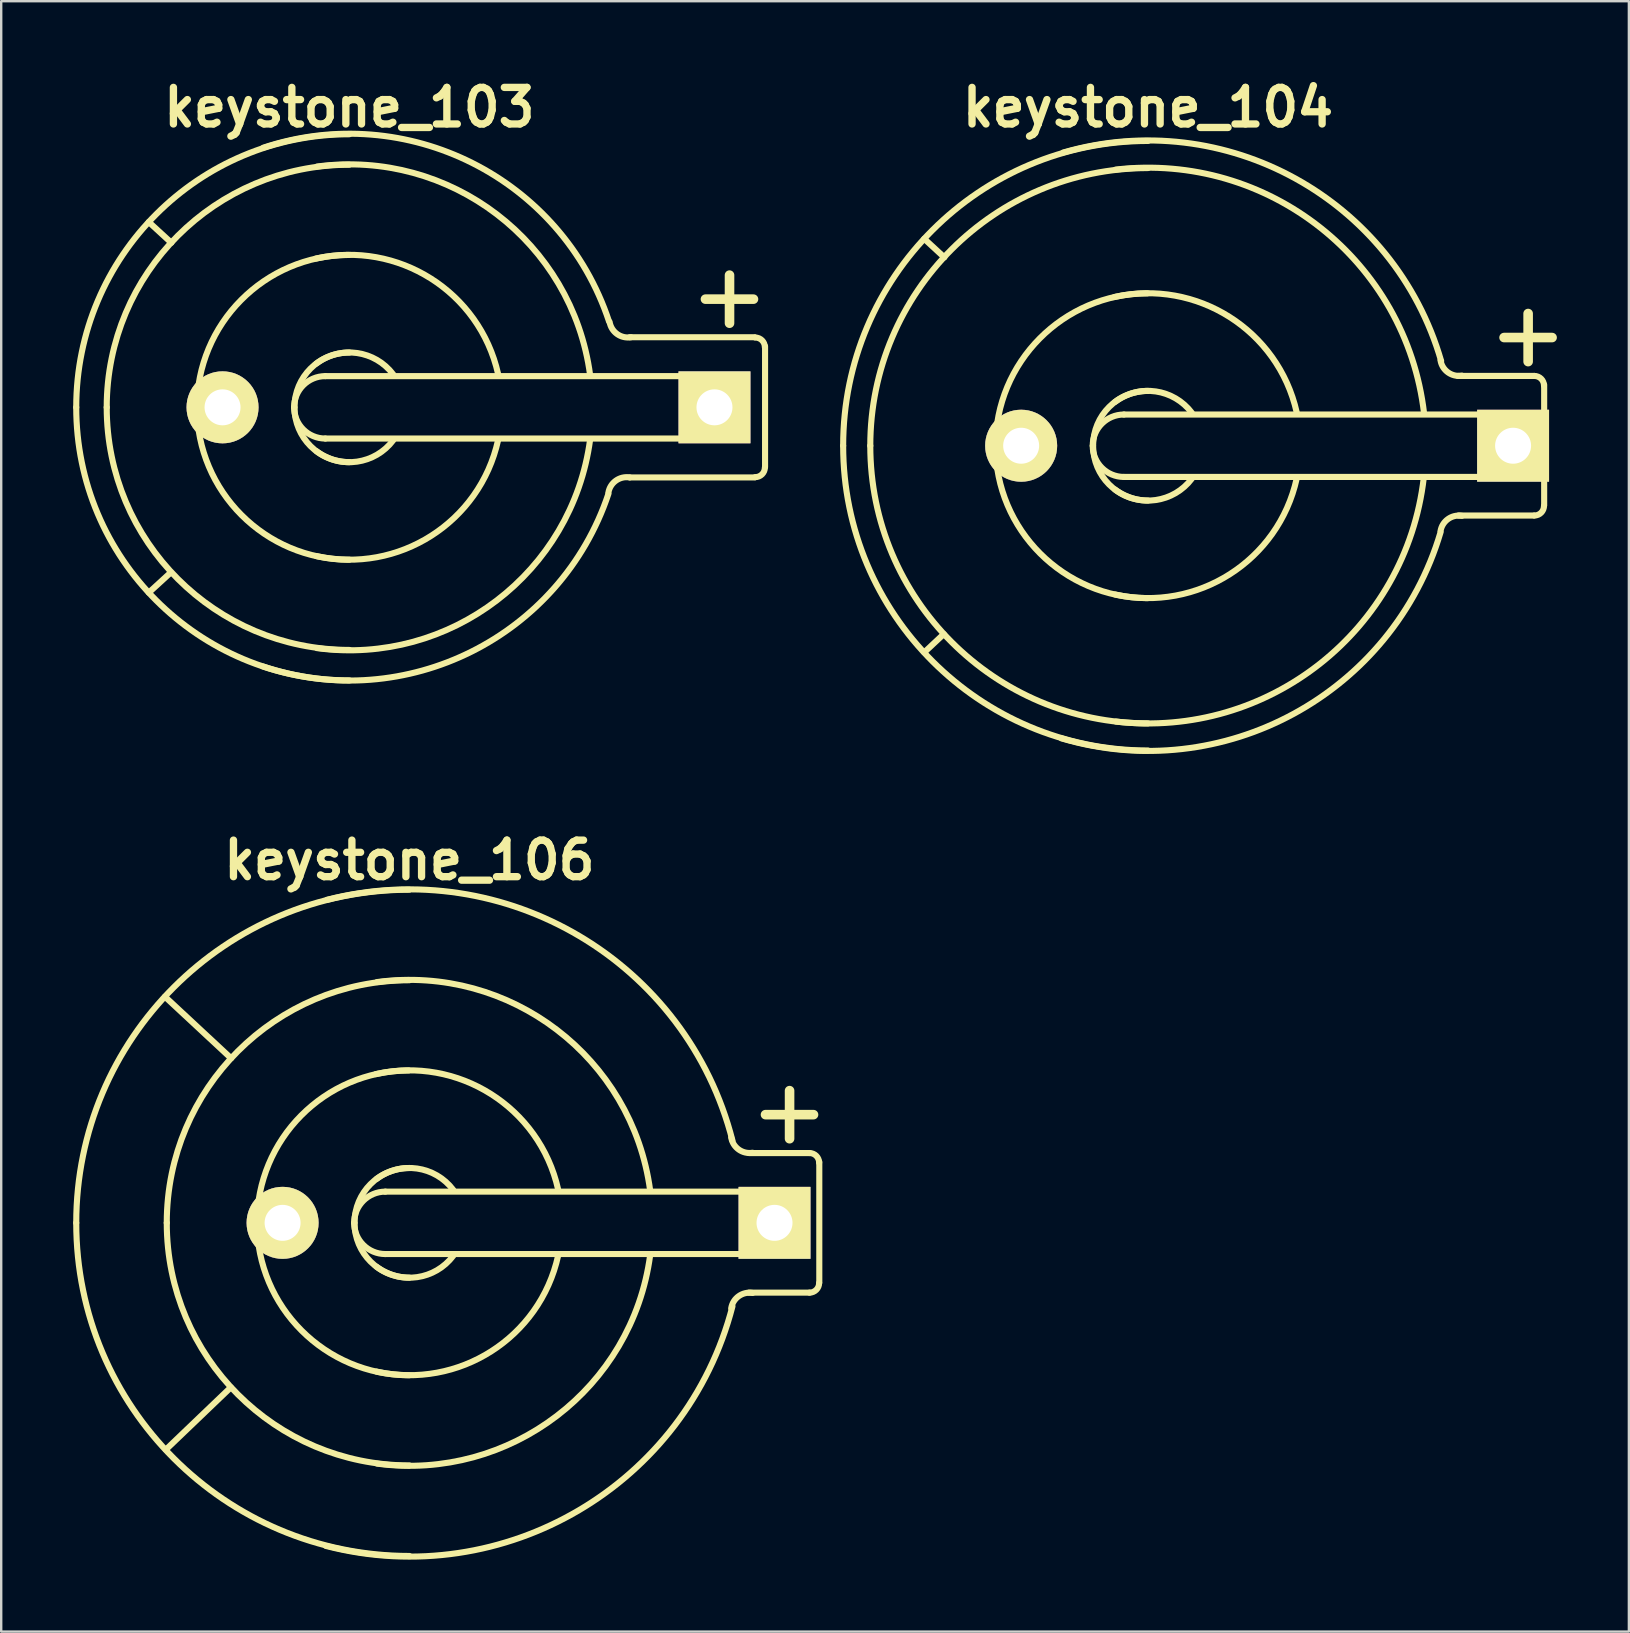
<source format=kicad_pcb>
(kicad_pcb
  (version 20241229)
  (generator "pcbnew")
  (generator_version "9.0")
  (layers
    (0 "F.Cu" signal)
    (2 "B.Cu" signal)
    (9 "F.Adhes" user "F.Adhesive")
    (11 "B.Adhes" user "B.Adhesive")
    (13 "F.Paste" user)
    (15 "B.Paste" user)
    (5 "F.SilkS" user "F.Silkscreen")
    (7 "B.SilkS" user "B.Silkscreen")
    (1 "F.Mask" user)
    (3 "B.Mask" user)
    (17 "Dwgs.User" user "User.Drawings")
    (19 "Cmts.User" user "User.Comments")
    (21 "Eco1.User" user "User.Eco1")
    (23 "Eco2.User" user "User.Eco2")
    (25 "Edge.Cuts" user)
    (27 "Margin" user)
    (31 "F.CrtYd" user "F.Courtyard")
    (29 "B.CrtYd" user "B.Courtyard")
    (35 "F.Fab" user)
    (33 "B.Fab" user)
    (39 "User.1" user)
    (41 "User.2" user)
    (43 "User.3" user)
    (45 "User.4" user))
  (footprint "keystone_104"
    (layer "F.Cu")
    (at 44.783 15.523)
    (property "Reference" "keystone_104" (at 0 -14.097 0) (layer "F.SilkS") (effects (font (size 1.524 1.524) (thickness 0.305))))
    (attr through_hole)
    (fp_line (start -8.509 7.849) (end -9.322 8.611) (stroke (width 0.254) (type solid)) (layer "F.SilkS"))
    (fp_line (start -8.484 -7.849) (end -9.322 -8.623) (stroke (width 0.254) (type solid)) (layer "F.SilkS"))
    (fp_line (start -1.001 -1.3) (end 15.199 -1.3) (stroke (width 0.254) (type solid)) (layer "F.SilkS"))
    (fp_line (start 14.839 -4.508) (end 16.84 -4.508) (stroke (width 0.399) (type solid)) (layer "F.SilkS"))
    (fp_line (start 15.199 1.3) (end -1.001 1.3) (stroke (width 0.254) (type solid)) (layer "F.SilkS"))
    (fp_line (start 15.207 -1.3) (end 15.207 1.3) (stroke (width 0.254) (type solid)) (layer "F.SilkS"))
    (fp_line (start 15.842 -3.505) (end 15.842 -5.509) (stroke (width 0.399) (type solid)) (layer "F.SilkS"))
    (fp_line (start 16.091 2.908) (end 12.941 2.908) (stroke (width 0.254) (type solid)) (layer "F.SilkS"))
    (fp_line (start 16.104 -2.908) (end 12.916 -2.908) (stroke (width 0.254) (type solid)) (layer "F.SilkS"))
    (fp_line (start 16.51 -2.54) (end 16.51 2.489) (stroke (width 0.254) (type solid)) (layer "F.SilkS"))
    (fp_arc (start -12.7 0) (mid -8.980256 -8.980256) (end 0 -12.7) (stroke (width 0.254) (type solid)) (layer "F.SilkS"))
    (fp_arc (start -11.5697 0) (mid -8.181013 -8.181013) (end 0 -11.5697) (stroke (width 0.254) (type solid)) (layer "F.SilkS"))
    (fp_arc (start -6.35 0.0254) (mid -4.508089 -4.472168) (end -0.0254 -6.35) (stroke (width 0.254) (type solid)) (layer "F.SilkS"))
    (fp_arc (start -3.5306 -12.2174) (mid 6.142495 -11.135518) (end 12.2174 -3.5306) (stroke (width 0.254) (type solid)) (layer "F.SilkS"))
    (fp_arc (start -2.30124 0) (mid -1.920338 -0.919578) (end -1.00076 -1.30048) (stroke (width 0.254) (type solid)) (layer "F.SilkS"))
    (fp_arc (start -2.286 0) (mid -1.616446 -1.616446) (end 0 -2.286) (stroke (width 0.254) (type solid)) (layer "F.SilkS"))
    (fp_arc (start -1.397 -6.1976) (mid 3.394537 -5.370193) (end 6.1976 -1.397) (stroke (width 0.254) (type solid)) (layer "F.SilkS"))
    (fp_arc (start -1.3716 -1.8288) (mid 0.323289 -2.263025) (end 1.8288 -1.3716) (stroke (width 0.254) (type solid)) (layer "F.SilkS"))
    (fp_arc (start -1.3462 -11.5062) (mid 7.184205 -9.088019) (end 11.5062 -1.3462) (stroke (width 0.254) (type solid)) (layer "F.SilkS"))
    (fp_arc (start -1.00076 1.30048) (mid -1.920338 0.919578) (end -2.30124 0) (stroke (width 0.254) (type solid)) (layer "F.SilkS"))
    (fp_arc (start 0 2.286) (mid -1.616446 1.616446) (end -2.286 0) (stroke (width 0.254) (type solid)) (layer "F.SilkS"))
    (fp_arc (start 0 6.35) (mid -4.490128 4.490128) (end -6.35 0) (stroke (width 0.254) (type solid)) (layer "F.SilkS"))
    (fp_arc (start 0 11.5697) (mid -8.181013 8.181013) (end -11.5697 0) (stroke (width 0.254) (type solid)) (layer "F.SilkS"))
    (fp_arc (start 0 12.7) (mid -8.980256 8.980256) (end -12.7 0) (stroke (width 0.254) (type solid)) (layer "F.SilkS"))
    (fp_arc (start 1.8288 1.3716) (mid 0.323289 2.263025) (end -1.3716 1.8288) (stroke (width 0.254) (type solid)) (layer "F.SilkS"))
    (fp_arc (start 6.1976 1.3716) (mid 3.412497 5.352233) (end -1.3716 6.1976) (stroke (width 0.254) (type solid)) (layer "F.SilkS"))
    (fp_arc (start 11.4935 1.3335) (mid 7.184205 9.070059) (end -1.3335 11.4935) (stroke (width 0.254) (type solid)) (layer "F.SilkS"))
    (fp_arc (start 12.192 3.556) (mid 12.504987 3.054382) (end 13.081 2.921) (stroke (width 0.254) (type solid)) (layer "F.SilkS"))
    (fp_arc (start 12.192 3.6068) (mid 6.070653 11.171439) (end -3.6068 12.192) (stroke (width 0.254) (type solid)) (layer "F.SilkS"))
    (fp_arc (start 13.081 -2.921) (mid 12.504987 -3.054382) (end 12.192 -3.556) (stroke (width 0.254) (type solid)) (layer "F.SilkS"))
    (fp_arc (start 16.10106 -2.9083) (mid 16.384836 -2.790756) (end 16.50238 -2.50698) (stroke (width 0.254) (type solid)) (layer "F.SilkS"))
    (fp_arc (start 16.50238 2.50698) (mid 16.384836 2.790756) (end 16.10106 2.9083) (stroke (width 0.254) (type solid)) (layer "F.SilkS"))
    (pad "1" thru_hole rect (at 15.215 0) (size 2.997 2.997) (drill 1.499) (layers "*.Cu" "*.Mask" "F.SilkS"))
    (pad "2" thru_hole circle (at -5.283 0) (size 3 3) (drill 1.499) (layers "*.Cu" "*.Mask" "F.SilkS")))
  (footprint "keystone_103"
    (layer "F.Cu")
    (at 11.506 13.923)
    (property "Reference" "keystone_103" (at 0 -12.497 0) (layer "F.SilkS") (effects (font (size 1.524 1.524) (thickness 0.305))))
    (attr through_hole)
    (fp_line (start -8.357 -7.722) (end -7.417 -6.858) (stroke (width 0.254) (type solid)) (layer "F.SilkS"))
    (fp_line (start -8.357 7.722) (end -7.442 6.883) (stroke (width 0.254) (type solid)) (layer "F.SilkS"))
    (fp_line (start -1.001 -1.3) (end 15.199 -1.3) (stroke (width 0.254) (type solid)) (layer "F.SilkS"))
    (fp_line (start 11.684 -2.921) (end 16.891 -2.921) (stroke (width 0.254) (type solid)) (layer "F.SilkS"))
    (fp_line (start 14.839 -4.508) (end 16.84 -4.508) (stroke (width 0.399) (type solid)) (layer "F.SilkS"))
    (fp_line (start 15.199 1.3) (end -1.001 1.3) (stroke (width 0.254) (type solid)) (layer "F.SilkS"))
    (fp_line (start 15.207 -1.3) (end 15.207 1.3) (stroke (width 0.254) (type solid)) (layer "F.SilkS"))
    (fp_line (start 15.842 -3.505) (end 15.842 -5.509) (stroke (width 0.399) (type solid)) (layer "F.SilkS"))
    (fp_line (start 16.891 2.921) (end 11.684 2.921) (stroke (width 0.254) (type solid)) (layer "F.SilkS"))
    (fp_line (start 17.323 -2.54) (end 17.323 2.489) (stroke (width 0.254) (type solid)) (layer "F.SilkS"))
    (fp_arc (start -11.3792 0) (mid -8.046309 -8.046309) (end 0 -11.3792) (stroke (width 0.254) (type solid)) (layer "F.SilkS"))
    (fp_arc (start -10.1092 0) (mid -7.148284 -7.148284) (end 0 -10.1092) (stroke (width 0.254) (type solid)) (layer "F.SilkS"))
    (fp_arc (start -6.35 0.0254) (mid -4.508089 -4.472168) (end -0.0254 -6.35) (stroke (width 0.254) (type solid)) (layer "F.SilkS"))
    (fp_arc (start -3.5814 -10.8204) (mid 5.118746 -10.18361) (end 10.8204 -3.5814) (stroke (width 0.254) (type solid)) (layer "F.SilkS"))
    (fp_arc (start -2.30124 0) (mid -1.920338 -0.919578) (end -1.00076 -1.30048) (stroke (width 0.254) (type solid)) (layer "F.SilkS"))
    (fp_arc (start -2.286 0) (mid -1.616446 -1.616446) (end 0 -2.286) (stroke (width 0.254) (type solid)) (layer "F.SilkS"))
    (fp_arc (start -1.397 -6.1976) (mid 3.394537 -5.370193) (end 6.1976 -1.397) (stroke (width 0.254) (type solid)) (layer "F.SilkS"))
    (fp_arc (start -1.3716 -1.8288) (mid 0.323289 -2.263025) (end 1.8288 -1.3716) (stroke (width 0.254) (type solid)) (layer "F.SilkS"))
    (fp_arc (start -1.3462 -10.033) (mid 6.142495 -8.046309) (end 10.033 -1.3462) (stroke (width 0.254) (type solid)) (layer "F.SilkS"))
    (fp_arc (start -1.00076 1.30048) (mid -1.920338 0.919578) (end -2.30124 0) (stroke (width 0.254) (type solid)) (layer "F.SilkS"))
    (fp_arc (start 0 2.286) (mid -1.616446 1.616446) (end -2.286 0) (stroke (width 0.254) (type solid)) (layer "F.SilkS"))
    (fp_arc (start 0 6.35) (mid -4.490128 4.490128) (end -6.35 0) (stroke (width 0.254) (type solid)) (layer "F.SilkS"))
    (fp_arc (start 0 10.1092) (mid -7.148284 7.148284) (end -10.1092 0) (stroke (width 0.254) (type solid)) (layer "F.SilkS"))
    (fp_arc (start 0 11.3792) (mid -8.046309 8.046309) (end -11.3792 0) (stroke (width 0.254) (type solid)) (layer "F.SilkS"))
    (fp_arc (start 1.8288 1.3716) (mid 0.323289 2.263025) (end -1.3716 1.8288) (stroke (width 0.254) (type solid)) (layer "F.SilkS"))
    (fp_arc (start 6.1976 1.3716) (mid 3.412497 5.352233) (end -1.3716 6.1976) (stroke (width 0.254) (type solid)) (layer "F.SilkS"))
    (fp_arc (start 10.033 1.3462) (mid 6.142495 8.046309) (end -1.3462 10.033) (stroke (width 0.254) (type solid)) (layer "F.SilkS"))
    (fp_arc (start 10.795 3.556) (mid 11.107987 3.054382) (end 11.684 2.921) (stroke (width 0.254) (type solid)) (layer "F.SilkS"))
    (fp_arc (start 10.795 3.6068) (mid 5.082825 10.18361) (end -3.6068 10.795) (stroke (width 0.254) (type solid)) (layer "F.SilkS"))
    (fp_arc (start 11.7348 -2.921) (mid 11.158787 -3.054382) (end 10.8458 -3.556) (stroke (width 0.254) (type solid)) (layer "F.SilkS"))
    (fp_arc (start 16.91386 -2.9083) (mid 17.197636 -2.790756) (end 17.31518 -2.50698) (stroke (width 0.254) (type solid)) (layer "F.SilkS"))
    (fp_arc (start 17.31518 2.50698) (mid 17.197636 2.790756) (end 16.91386 2.9083) (stroke (width 0.254) (type solid)) (layer "F.SilkS"))
    (pad "1" thru_hole rect (at 15.215 0) (size 2.997 2.997) (drill 1.499) (layers "*.Cu" "*.Mask" "F.SilkS"))
    (pad "2" thru_hole circle (at -5.283 0) (size 3 3) (drill 1.499) (layers "*.Cu" "*.Mask" "F.SilkS")))
  (footprint "keystone_106"
    (layer "F.Cu")
    (at 14.008 47.904)
    (property "Reference" "keystone_106" (at 0 -15.113 0) (layer "F.SilkS") (effects (font (size 1.524 1.524) (thickness 0.305))))
    (attr through_hole)
    (fp_line (start -7.442 6.858) (end -10.147 9.449) (stroke (width 0.254) (type solid)) (layer "F.SilkS"))
    (fp_line (start -7.429 -6.858) (end -10.185 -9.423) (stroke (width 0.254) (type solid)) (layer "F.SilkS"))
    (fp_line (start -1.001 -1.3) (end 15.199 -1.3) (stroke (width 0.254) (type solid)) (layer "F.SilkS"))
    (fp_line (start 14.839 -4.508) (end 16.84 -4.508) (stroke (width 0.399) (type solid)) (layer "F.SilkS"))
    (fp_line (start 15.199 1.3) (end -1.001 1.3) (stroke (width 0.254) (type solid)) (layer "F.SilkS"))
    (fp_line (start 15.207 -1.3) (end 15.207 1.3) (stroke (width 0.254) (type solid)) (layer "F.SilkS"))
    (fp_line (start 15.842 -3.505) (end 15.842 -5.509) (stroke (width 0.399) (type solid)) (layer "F.SilkS"))
    (fp_line (start 16.675 -2.908) (end 14.148 -2.908) (stroke (width 0.254) (type solid)) (layer "F.SilkS"))
    (fp_line (start 16.675 2.908) (end 14.148 2.908) (stroke (width 0.254) (type solid)) (layer "F.SilkS"))
    (fp_line (start 17.081 -2.54) (end 17.081 2.489) (stroke (width 0.254) (type solid)) (layer "F.SilkS"))
    (fp_arc (start -13.8811 0) (mid -9.81542 -9.81542) (end 0 -13.8811) (stroke (width 0.254) (type solid)) (layer "F.SilkS"))
    (fp_arc (start -10.1092 0) (mid -7.148284 -7.148284) (end 0 -10.1092) (stroke (width 0.254) (type solid)) (layer "F.SilkS"))
    (fp_arc (start -6.35 0.0254) (mid -4.508089 -4.472168) (end -0.0254 -6.35) (stroke (width 0.254) (type solid)) (layer "F.SilkS"))
    (fp_arc (start -3.429 -13.462) (mid 7.094402 -11.943741) (end 13.462 -3.429) (stroke (width 0.254) (type solid)) (layer "F.SilkS"))
    (fp_arc (start -2.30124 0) (mid -1.920338 -0.919578) (end -1.00076 -1.30048) (stroke (width 0.254) (type solid)) (layer "F.SilkS"))
    (fp_arc (start -2.286 0) (mid -1.616446 -1.616446) (end 0 -2.286) (stroke (width 0.254) (type solid)) (layer "F.SilkS"))
    (fp_arc (start -1.397 -6.1976) (mid 3.394537 -5.370193) (end 6.1976 -1.397) (stroke (width 0.254) (type solid)) (layer "F.SilkS"))
    (fp_arc (start -1.3716 -1.8288) (mid 0.323289 -2.263025) (end 1.8288 -1.3716) (stroke (width 0.254) (type solid)) (layer "F.SilkS"))
    (fp_arc (start -1.3462 -10.033) (mid 6.142495 -8.046309) (end 10.033 -1.3462) (stroke (width 0.254) (type solid)) (layer "F.SilkS"))
    (fp_arc (start -1.00076 1.30048) (mid -1.920338 0.919578) (end -2.30124 0) (stroke (width 0.254) (type solid)) (layer "F.SilkS"))
    (fp_arc (start 0 2.286) (mid -1.616446 1.616446) (end -2.286 0) (stroke (width 0.254) (type solid)) (layer "F.SilkS"))
    (fp_arc (start 0 6.35) (mid -4.490128 4.490128) (end -6.35 0) (stroke (width 0.254) (type solid)) (layer "F.SilkS"))
    (fp_arc (start 0 10.1092) (mid -7.148284 7.148284) (end -10.1092 0) (stroke (width 0.254) (type solid)) (layer "F.SilkS"))
    (fp_arc (start 0 13.8811) (mid -9.81542 9.81542) (end -13.8811 0) (stroke (width 0.254) (type solid)) (layer "F.SilkS"))
    (fp_arc (start 1.8288 1.3716) (mid 0.323289 2.263025) (end -1.3716 1.8288) (stroke (width 0.254) (type solid)) (layer "F.SilkS"))
    (fp_arc (start 6.1976 1.3716) (mid 3.412497 5.352233) (end -1.3716 6.1976) (stroke (width 0.254) (type solid)) (layer "F.SilkS"))
    (fp_arc (start 10.033 1.3462) (mid 6.142495 8.046309) (end -1.3462 10.033) (stroke (width 0.254) (type solid)) (layer "F.SilkS"))
    (fp_arc (start 13.4112 3.556) (mid 13.724187 3.054382) (end 14.3002 2.921) (stroke (width 0.254) (type solid)) (layer "F.SilkS"))
    (fp_arc (start 13.462 3.4798) (mid 7.058481 11.979662) (end -3.4798 13.462) (stroke (width 0.254) (type solid)) (layer "F.SilkS"))
    (fp_arc (start 14.3002 -2.921) (mid 13.724187 -3.054382) (end 13.4112 -3.556) (stroke (width 0.254) (type solid)) (layer "F.SilkS"))
    (fp_arc (start 16.67256 -2.9083) (mid 16.956336 -2.790756) (end 17.07388 -2.50698) (stroke (width 0.254) (type solid)) (layer "F.SilkS"))
    (fp_arc (start 17.07388 2.50698) (mid 16.956336 2.790756) (end 16.67256 2.9083) (stroke (width 0.254) (type solid)) (layer "F.SilkS"))
    (pad "1" thru_hole rect (at 15.215 0) (size 2.997 2.997) (drill 1.499) (layers "*.Cu" "*.Mask" "F.SilkS"))
    (pad "2" thru_hole circle (at -5.283 0) (size 3 3) (drill 1.499) (layers "*.Cu" "*.Mask" "F.SilkS")))
  (gr_rect
    (start -3 -3)
    (end 64.823 64.936)
    (stroke (width 0.1) (type default))
    (fill no)
    (layer "Edge.Cuts")))
</source>
